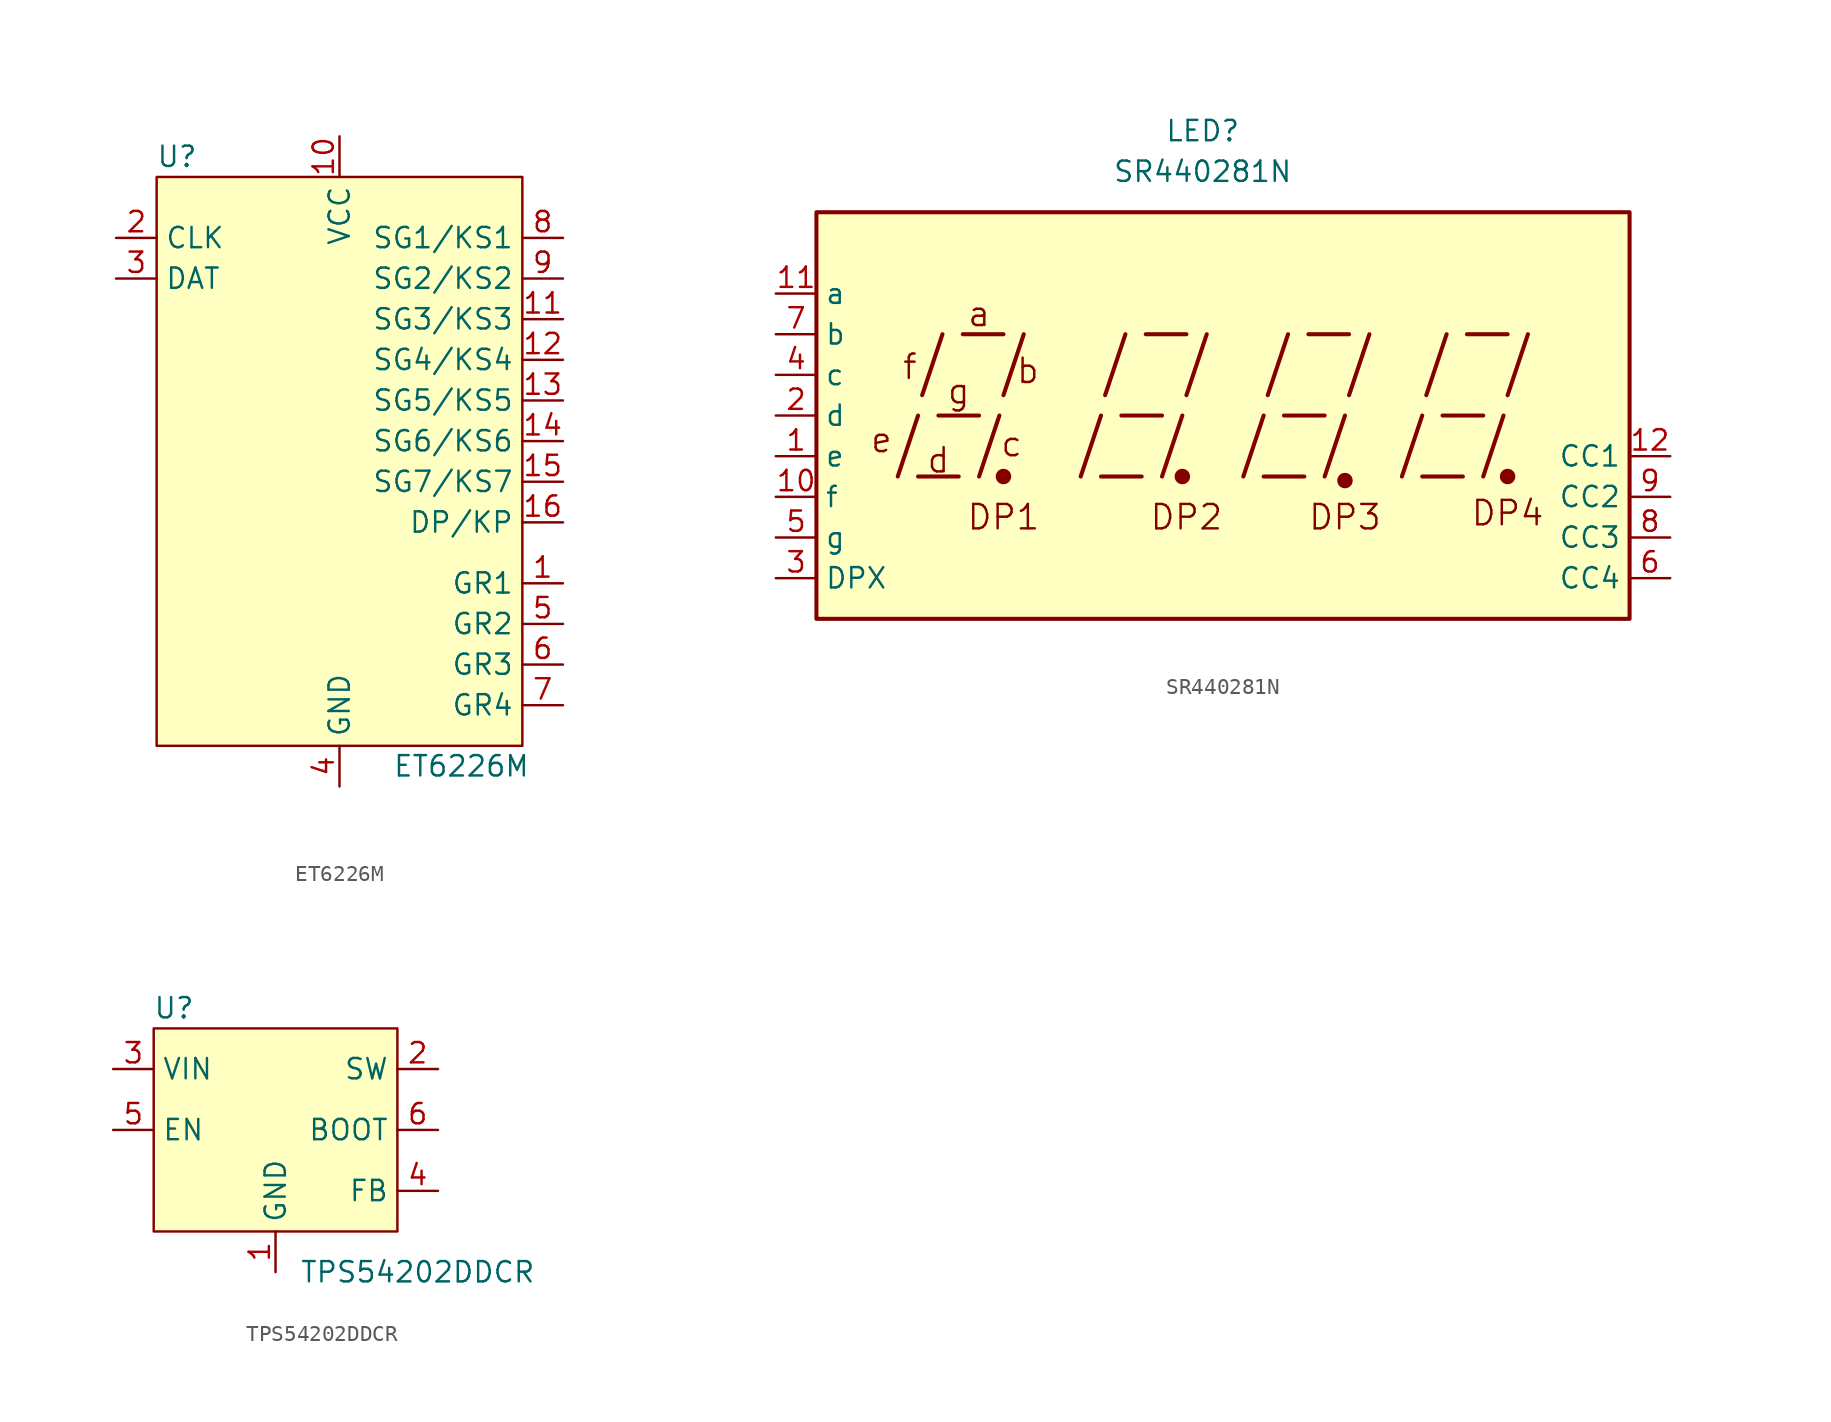
<source format=kicad_sym>
(kicad_symbol_lib
  (version 20211014)
  (generator kicad_symbol_editor)
  (symbol "ET6226M"
    (property "Reference" "U"
      (at -10.16 17.78 0)
      (effects (font (size 1.27 1.27))))
    (property "Value" "ET6226M"
      (at 7.62 -20.32 0)
      (effects (font (size 1.27 1.27))))
    (symbol "ET6226M_0_0"
      (pin output line (at 13.97 -8.89 180) (length 2.54) (name "GR1" (effects (font (size 1.27 1.27)))) (number "1" (effects (font (size 1.27 1.27)))))
      (pin power_in line (at 0 19.05 270) (length 2.54) (name "VCC" (effects (font (size 1.27 1.27)))) (number "10" (effects (font (size 1.27 1.27)))))
      (pin output line (at 13.97 7.62 180) (length 2.54) (name "SG3/KS3" (effects (font (size 1.27 1.27)))) (number "11" (effects (font (size 1.27 1.27)))))
      (pin output line (at 13.97 5.08 180) (length 2.54) (name "SG4/KS4" (effects (font (size 1.27 1.27)))) (number "12" (effects (font (size 1.27 1.27)))))
      (pin output line (at 13.97 2.54 180) (length 2.54) (name "SG5/KS5" (effects (font (size 1.27 1.27)))) (number "13" (effects (font (size 1.27 1.27)))))
      (pin output line (at 13.97 0 180) (length 2.54) (name "SG6/KS6" (effects (font (size 1.27 1.27)))) (number "14" (effects (font (size 1.27 1.27)))))
      (pin output line (at 13.97 -2.54 180) (length 2.54) (name "SG7/KS7" (effects (font (size 1.27 1.27)))) (number "15" (effects (font (size 1.27 1.27)))))
      (pin output line (at 13.97 -5.08 180) (length 2.54) (name "DP/KP" (effects (font (size 1.27 1.27)))) (number "16" (effects (font (size 1.27 1.27)))))
      (pin input line (at -13.97 12.7 0) (length 2.54) (name "CLK" (effects (font (size 1.27 1.27)))) (number "2" (effects (font (size 1.27 1.27)))))
      (pin bidirectional line (at -13.97 10.16 0) (length 2.54) (name "DAT" (effects (font (size 1.27 1.27)))) (number "3" (effects (font (size 1.27 1.27)))))
      (pin power_in line (at 0 -21.59 90) (length 2.54) (name "GND" (effects (font (size 1.27 1.27)))) (number "4" (effects (font (size 1.27 1.27)))))
      (pin output line (at 13.97 -11.43 180) (length 2.54) (name "GR2" (effects (font (size 1.27 1.27)))) (number "5" (effects (font (size 1.27 1.27)))))
      (pin output line (at 13.97 -13.97 180) (length 2.54) (name "GR3" (effects (font (size 1.27 1.27)))) (number "6" (effects (font (size 1.27 1.27)))))
      (pin output line (at 13.97 -16.51 180) (length 2.54) (name "GR4" (effects (font (size 1.27 1.27)))) (number "7" (effects (font (size 1.27 1.27)))))
      (pin output line (at 13.97 12.7 180) (length 2.54) (name "SG1/KS1" (effects (font (size 1.27 1.27)))) (number "8" (effects (font (size 1.27 1.27)))))
      (pin output line (at 13.97 10.16 180) (length 2.54) (name "SG2/KS2" (effects (font (size 1.27 1.27)))) (number "9" (effects (font (size 1.27 1.27))))))
    (symbol "ET6226M_0_1"
      (rectangle (start -11.43 16.51) (end 11.43 -19.05) (stroke (width 0) (type default) (color 0 0 0 0)) (fill (type background)))))
  (symbol "SR440281N"
    (property "Reference" "LED"
      (at 0 17.78 0)
      (effects (font (size 1.27 1.27))))
    (property "Value" "SR440281N"
      (at 0 15.24 0)
      (effects (font (size 1.27 1.27))))
    (symbol "SR440281N_0_0"
      (rectangle (start -24.13 12.7) (end 26.67 -12.7) (stroke (width 0.254) (type default) (color 0 0 0 0)) (fill (type background)))
      (polyline (pts (xy -19.05 -3.81) (xy -17.78 0)) (stroke (width 0.254) (type default) (color 0 0 0 0)) (fill (type none)))
      (polyline (pts (xy -17.78 -3.81) (xy -15.24 -3.81)) (stroke (width 0.254) (type default) (color 0 0 0 0)) (fill (type none)))
      (polyline (pts (xy -17.526 1.27) (xy -16.256 5.08)) (stroke (width 0.254) (type default) (color 0 0 0 0)) (fill (type none)))
      (polyline (pts (xy -16.51 0) (xy -13.97 0)) (stroke (width 0.254) (type default) (color 0 0 0 0)) (fill (type none)))
      (polyline (pts (xy -14.986 5.08) (xy -12.446 5.08)) (stroke (width 0.254) (type default) (color 0 0 0 0)) (fill (type none)))
      (polyline (pts (xy -13.97 -3.81) (xy -12.7 0)) (stroke (width 0.254) (type default) (color 0 0 0 0)) (fill (type none)))
      (polyline (pts (xy -12.446 1.27) (xy -11.176 5.08)) (stroke (width 0.254) (type default) (color 0 0 0 0)) (fill (type none)))
      (polyline (pts (xy -7.62 -3.81) (xy -6.35 0)) (stroke (width 0.254) (type default) (color 0 0 0 0)) (fill (type none)))
      (polyline (pts (xy -6.35 -3.81) (xy -3.81 -3.81)) (stroke (width 0.254) (type default) (color 0 0 0 0)) (fill (type none)))
      (polyline (pts (xy -6.096 1.27) (xy -4.826 5.08)) (stroke (width 0.254) (type default) (color 0 0 0 0)) (fill (type none)))
      (polyline (pts (xy -5.08 0) (xy -2.54 0)) (stroke (width 0.254) (type default) (color 0 0 0 0)) (fill (type none)))
      (polyline (pts (xy -3.556 5.08) (xy -1.016 5.08)) (stroke (width 0.254) (type default) (color 0 0 0 0)) (fill (type none)))
      (polyline (pts (xy -2.54 -3.81) (xy -1.27 0)) (stroke (width 0.254) (type default) (color 0 0 0 0)) (fill (type none)))
      (polyline (pts (xy -1.016 1.27) (xy 0.254 5.08)) (stroke (width 0.254) (type default) (color 0 0 0 0)) (fill (type none)))
      (polyline (pts (xy 2.54 -3.81) (xy 3.81 0)) (stroke (width 0.254) (type default) (color 0 0 0 0)) (fill (type none)))
      (polyline (pts (xy 3.81 -3.81) (xy 6.35 -3.81)) (stroke (width 0.254) (type default) (color 0 0 0 0)) (fill (type none)))
      (polyline (pts (xy 4.064 1.27) (xy 5.334 5.08)) (stroke (width 0.254) (type default) (color 0 0 0 0)) (fill (type none)))
      (polyline (pts (xy 5.08 0) (xy 7.62 0)) (stroke (width 0.254) (type default) (color 0 0 0 0)) (fill (type none)))
      (polyline (pts (xy 6.604 5.08) (xy 9.144 5.08)) (stroke (width 0.254) (type default) (color 0 0 0 0)) (fill (type none)))
      (polyline (pts (xy 7.62 -3.81) (xy 8.89 0)) (stroke (width 0.254) (type default) (color 0 0 0 0)) (fill (type none)))
      (polyline (pts (xy 9.144 1.27) (xy 10.414 5.08)) (stroke (width 0.254) (type default) (color 0 0 0 0)) (fill (type none)))
      (polyline (pts (xy 12.446 -3.81) (xy 13.716 0)) (stroke (width 0.254) (type default) (color 0 0 0 0)) (fill (type none)))
      (polyline (pts (xy 13.716 -3.81) (xy 16.256 -3.81)) (stroke (width 0.254) (type default) (color 0 0 0 0)) (fill (type none)))
      (polyline (pts (xy 13.97 1.27) (xy 15.24 5.08)) (stroke (width 0.254) (type default) (color 0 0 0 0)) (fill (type none)))
      (polyline (pts (xy 14.986 0) (xy 17.526 0)) (stroke (width 0.254) (type default) (color 0 0 0 0)) (fill (type none)))
      (polyline (pts (xy 16.51 5.08) (xy 19.05 5.08)) (stroke (width 0.254) (type default) (color 0 0 0 0)) (fill (type none)))
      (polyline (pts (xy 17.526 -3.81) (xy 18.796 0)) (stroke (width 0.254) (type default) (color 0 0 0 0)) (fill (type none)))
      (polyline (pts (xy 19.05 1.27) (xy 20.32 5.08)) (stroke (width 0.254) (type default) (color 0 0 0 0)) (fill (type none)))
      (text "a" (at -13.97 6.35 0) (effects (font (size 1.524 1.524))))
      (text "b" (at -10.922 2.794 0) (effects (font (size 1.524 1.524))))
      (text "c" (at -11.938 -1.778 0) (effects (font (size 1.524 1.524))))
      (text "d" (at -16.51 -2.794 0) (effects (font (size 1.524 1.524))))
      (text "DP1" (at -12.446 -6.35 0) (effects (font (size 1.524 1.524))))
      (text "DP2" (at -1.016 -6.35 0) (effects (font (size 1.524 1.524))))
      (text "DP3" (at 8.89 -6.35 0) (effects (font (size 1.524 1.524))))
      (text "DP4" (at 19.05 -6.096 0) (effects (font (size 1.524 1.524))))
      (text "e" (at -20.066 -1.524 0) (effects (font (size 1.524 1.524))))
      (text "f" (at -18.288 3.048 0) (effects (font (size 1.524 1.524))))
      (text "g" (at -15.24 1.524 0) (effects (font (size 1.524 1.524)))))
    (symbol "SR440281N_0_1"
      (circle (center -12.446 -3.81) (radius 0.356) (stroke (width 0.254) (type default) (color 0 0 0 0)) (fill (type outline)))
      (circle (center -1.27 -3.81) (radius 0.356) (stroke (width 0.254) (type default) (color 0 0 0 0)) (fill (type outline))))
    (symbol "SR440281N_1_0"
      (circle (center 8.89 -4.064) (radius 0.356) (stroke (width 0.254) (type default) (color 0 0 0 0)) (fill (type outline)))
      (circle (center 19.05 -3.81) (radius 0.356) (stroke (width 0.254) (type default) (color 0 0 0 0)) (fill (type outline))))
    (symbol "SR440281N_1_1"
      (pin input line (at -26.67 -2.54 0) (length 2.54) (name "e" (effects (font (size 1.27 1.27)))) (number "1" (effects (font (size 1.27 1.27)))))
      (pin input line (at -26.67 -5.08 0) (length 2.54) (name "f" (effects (font (size 1.27 1.27)))) (number "10" (effects (font (size 1.27 1.27)))))
      (pin input line (at -26.67 7.62 0) (length 2.54) (name "a" (effects (font (size 1.27 1.27)))) (number "11" (effects (font (size 1.27 1.27)))))
      (pin input line (at 29.21 -2.54 180) (length 2.54) (name "CC1" (effects (font (size 1.27 1.27)))) (number "12" (effects (font (size 1.27 1.27)))))
      (pin input line (at -26.67 0 0) (length 2.54) (name "d" (effects (font (size 1.27 1.27)))) (number "2" (effects (font (size 1.27 1.27)))))
      (pin input line (at -26.67 -10.16 0) (length 2.54) (name "DPX" (effects (font (size 1.27 1.27)))) (number "3" (effects (font (size 1.27 1.27)))))
      (pin input line (at -26.67 2.54 0) (length 2.54) (name "c" (effects (font (size 1.27 1.27)))) (number "4" (effects (font (size 1.27 1.27)))))
      (pin input line (at -26.67 -7.62 0) (length 2.54) (name "g" (effects (font (size 1.27 1.27)))) (number "5" (effects (font (size 1.27 1.27)))))
      (pin input line (at 29.21 -10.16 180) (length 2.54) (name "CC4" (effects (font (size 1.27 1.27)))) (number "6" (effects (font (size 1.27 1.27)))))
      (pin input line (at -26.67 5.08 0) (length 2.54) (name "b" (effects (font (size 1.27 1.27)))) (number "7" (effects (font (size 1.27 1.27)))))
      (pin input line (at 29.21 -7.62 180) (length 2.54) (name "CC3" (effects (font (size 1.27 1.27)))) (number "8" (effects (font (size 1.27 1.27)))))
      (pin input line (at 29.21 -5.08 180) (length 2.54) (name "CC2" (effects (font (size 1.27 1.27)))) (number "9" (effects (font (size 1.27 1.27)))))))
  (symbol "TPS54202DDCR"
    (property "Reference" "U"
      (at -6.35 7.62 0)
      (effects (font (size 1.27 1.27))))
    (property "Value" "TPS54202DDCR"
      (at 8.89 -8.89 0)
      (effects (font (size 1.27 1.27))))
    (symbol "TPS54202DDCR_0_1"
      (rectangle (start -7.62 6.35) (end 7.62 -6.35) (stroke (width 0) (type default) (color 0 0 0 0)) (fill (type background))))
    (symbol "TPS54202DDCR_1_1"
      (pin power_in line (at 0 -8.89 90) (length 2.54) (name "GND" (effects (font (size 1.27 1.27)))) (number "1" (effects (font (size 1.27 1.27)))))
      (pin power_out line (at 10.16 3.81 180) (length 2.54) (name "SW" (effects (font (size 1.27 1.27)))) (number "2" (effects (font (size 1.27 1.27)))))
      (pin power_in line (at -10.16 3.81 0) (length 2.54) (name "VIN" (effects (font (size 1.27 1.27)))) (number "3" (effects (font (size 1.27 1.27)))))
      (pin input line (at 10.16 -3.81 180) (length 2.54) (name "FB" (effects (font (size 1.27 1.27)))) (number "4" (effects (font (size 1.27 1.27)))))
      (pin input line (at -10.16 0 0) (length 2.54) (name "EN" (effects (font (size 1.27 1.27)))) (number "5" (effects (font (size 1.27 1.27)))))
      (pin power_out line (at 10.16 0 180) (length 2.54) (name "BOOT" (effects (font (size 1.27 1.27)))) (number "6" (effects (font (size 1.27 1.27))))))))
</source>
